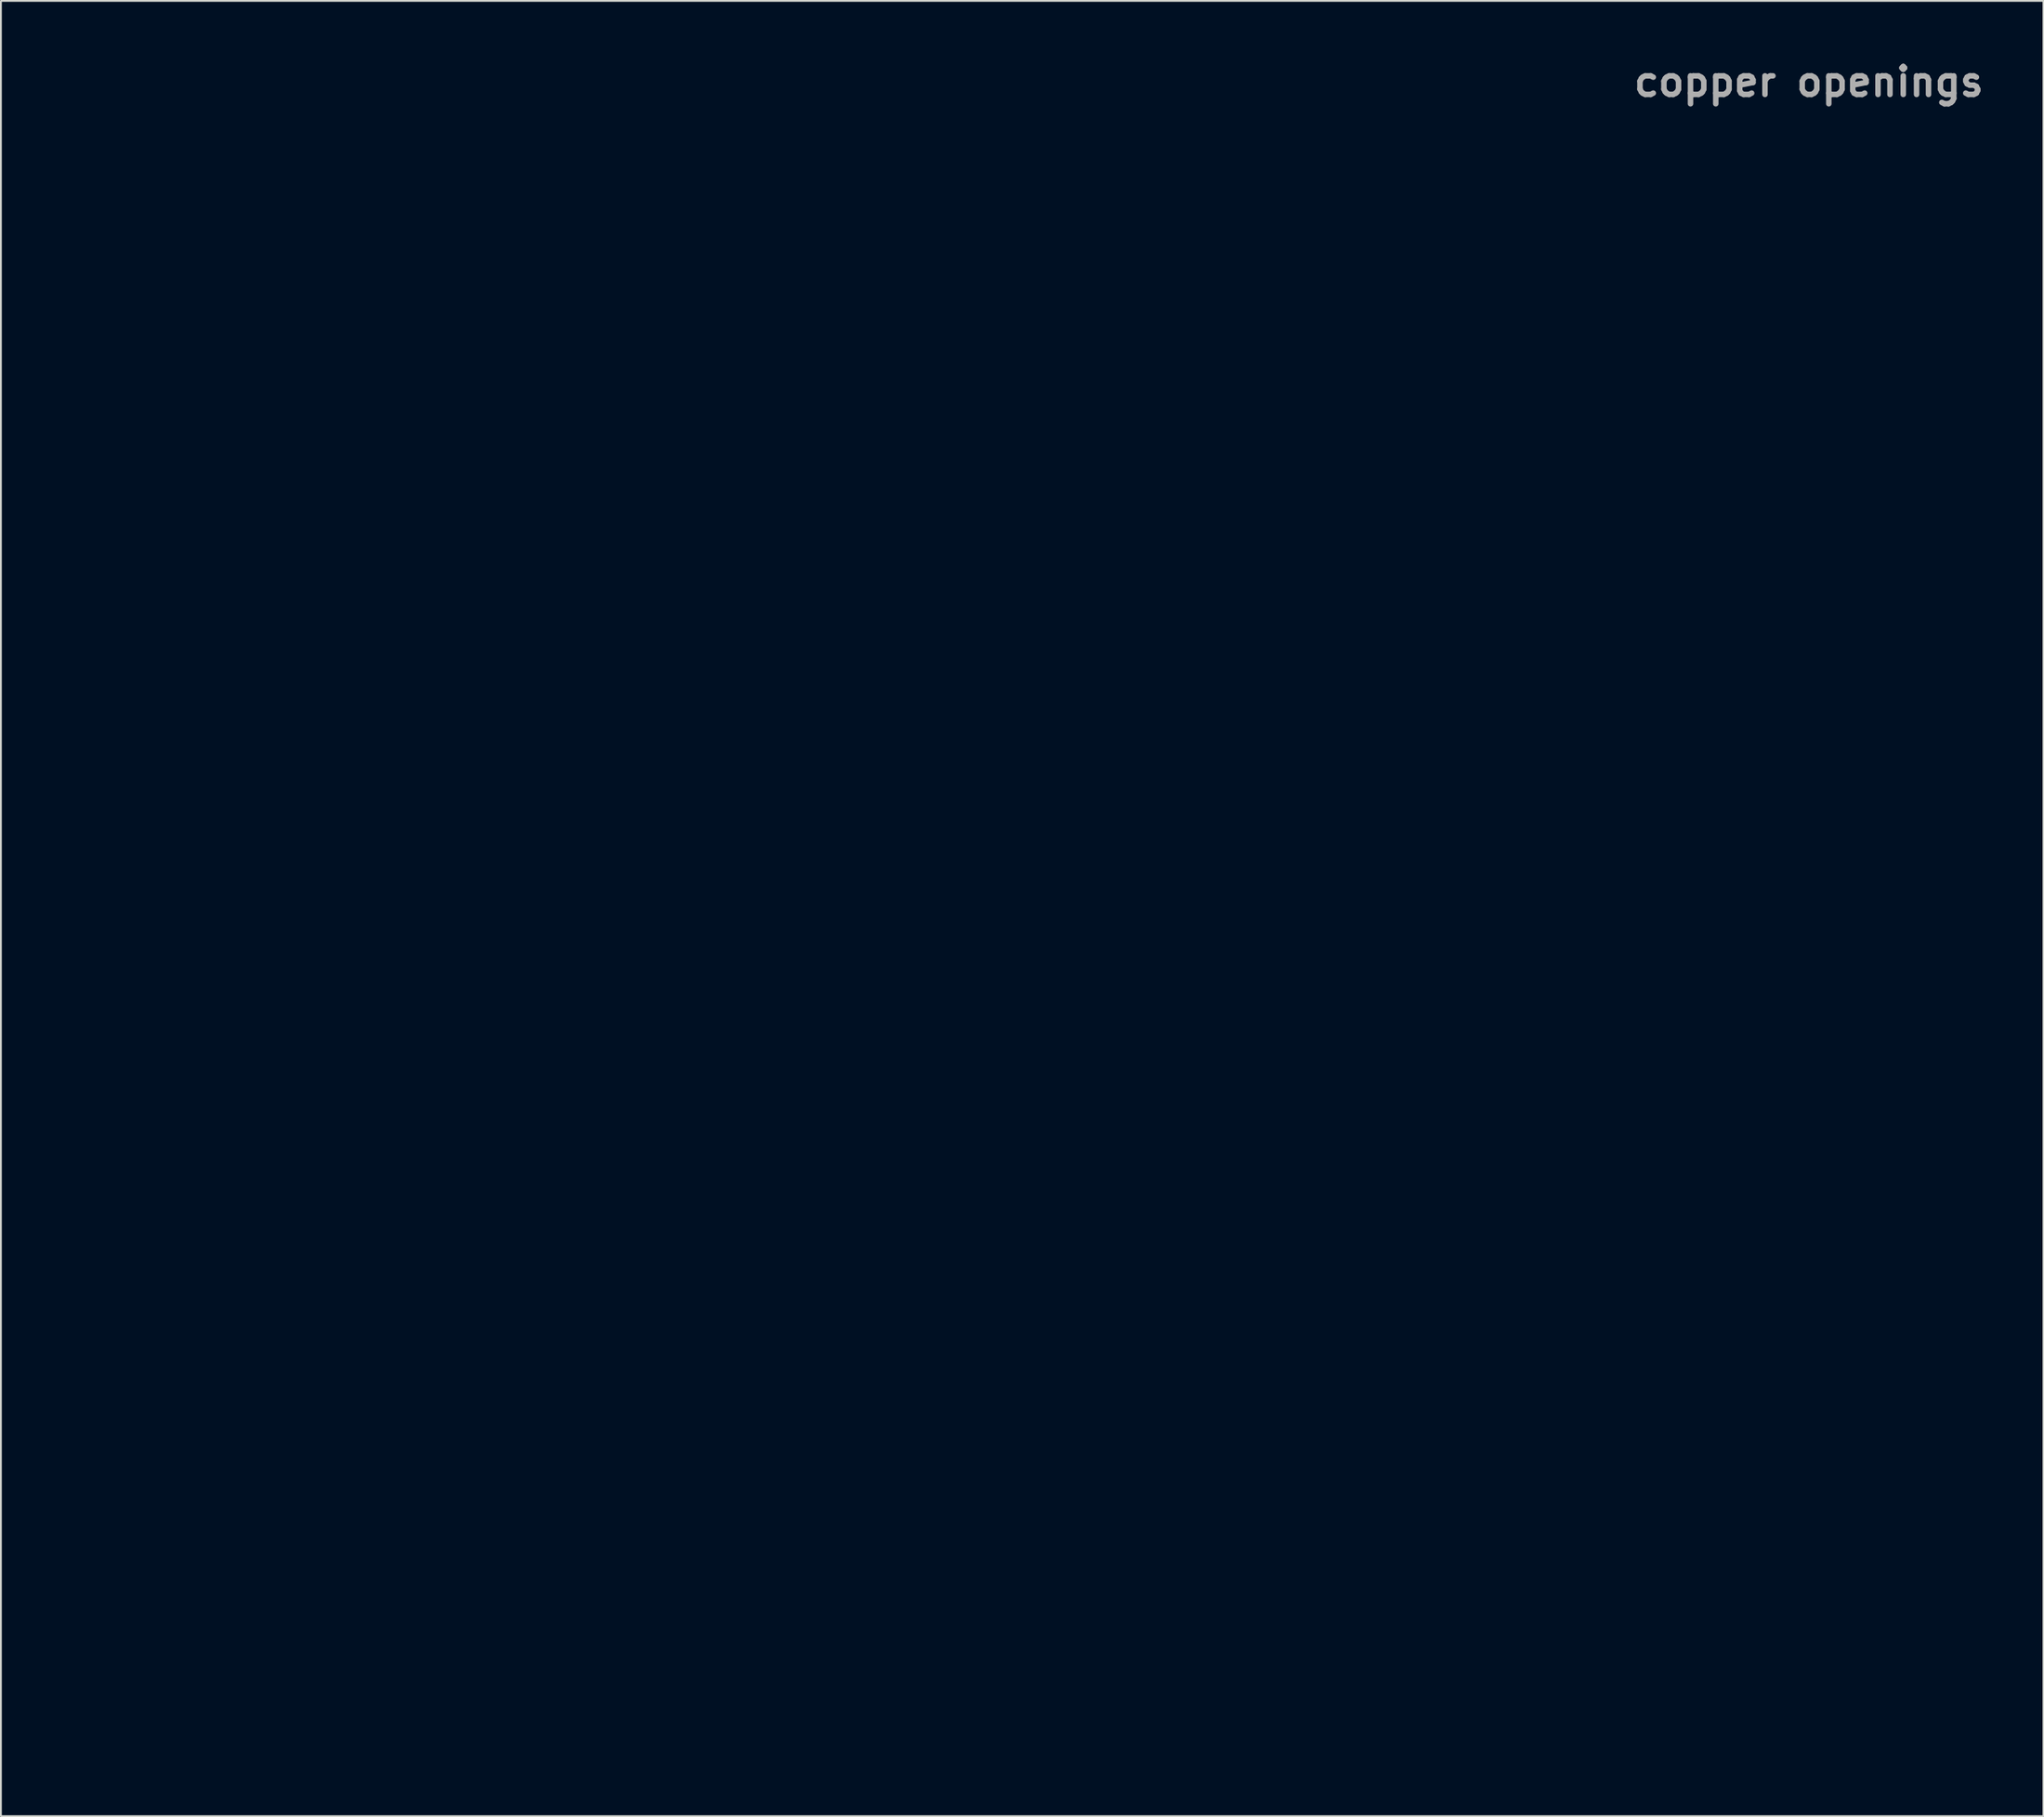
<source format=kicad_pcb>
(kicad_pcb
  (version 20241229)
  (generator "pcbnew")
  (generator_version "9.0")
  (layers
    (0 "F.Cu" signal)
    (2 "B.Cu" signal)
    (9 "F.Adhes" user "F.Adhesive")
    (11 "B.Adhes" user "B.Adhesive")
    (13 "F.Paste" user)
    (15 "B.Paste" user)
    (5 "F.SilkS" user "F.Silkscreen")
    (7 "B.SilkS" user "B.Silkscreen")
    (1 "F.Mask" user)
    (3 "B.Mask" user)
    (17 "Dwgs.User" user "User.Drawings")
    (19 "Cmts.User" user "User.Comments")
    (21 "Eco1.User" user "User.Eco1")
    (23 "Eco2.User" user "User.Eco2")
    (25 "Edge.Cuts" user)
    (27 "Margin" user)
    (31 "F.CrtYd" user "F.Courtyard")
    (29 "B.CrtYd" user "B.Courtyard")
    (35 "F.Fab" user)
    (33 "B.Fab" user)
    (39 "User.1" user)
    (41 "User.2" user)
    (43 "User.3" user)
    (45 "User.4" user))
  (footprint "copper openings"
    (layer "F.Cu")
    (at 47.413 45.868)
    (property "Reference" "copper openings" (at 48.26 -44.45 0) (layer "F.Fab") (effects (font (size 1.524 1.524) (thickness 0.3))))
    (attr board_only exclude_from_pos_files exclude_from_bom allow_missing_courtyard)
    (fp_poly (pts (xy 18.665 21.954) (xy 18.682 22.014) (xy 18.733 22.772) (xy 18.669 23.058) (xy 18.555 23.07) (xy 18.508 22.525) (xy 18.509 22.442) (xy 18.559 21.903)) (stroke (width 0) (type solid)) (fill yes) (layer "F.Mask"))
    (fp_poly (pts (xy 2.671 0.941) (xy 2.826 1.542) (xy 2.989 2.44) (xy 3.031 3.1) (xy 2.967 3.398) (xy 2.814 3.208) (xy 2.675 2.775) (xy 2.502 1.717) (xy 2.475 1.044) (xy 2.534 0.669)) (stroke (width 0) (type solid)) (fill yes) (layer "F.Mask"))
    (fp_poly (pts (xy 48.216 29.659) (xy 48.23 30.039) (xy 48.138 30.856) (xy 47.98 31.864) (xy 47.796 32.821) (xy 47.627 33.482) (xy 47.558 33.63) (xy 47.361 33.412) (xy 46.977 32.738) (xy 46.722 32.234) (xy 45.992 30.732) (xy 47.029 30.12) (xy 47.759 29.75) (xy 48.192 29.646)) (stroke (width 0) (type solid)) (fill yes) (layer "F.Mask"))
    (fp_poly (pts (xy -22.95 0.901) (xy -22.389 1.061) (xy -21.491 1.584) (xy -21.231 2.356) (xy -21.61 3.385) (xy -22.483 4.522) (xy -23.367 5.427) (xy -24.021 5.827) (xy -24.627 5.78) (xy -25.323 5.373) (xy -25.951 4.676) (xy -26.013 3.792) (xy -25.51 2.625) (xy -25.313 2.305) (xy -24.561 1.304) (xy -23.843 0.866)) (stroke (width 0) (type solid)) (fill yes) (layer "F.Mask"))
    (fp_poly (pts (xy 7.626 36.688) (xy 8.234 36.904) (xy 9.215 37.479) (xy 9.69 38.312) (xy 9.666 39.471) (xy 9.149 41.025) (xy 8.692 42.004) (xy 7.634 43.786) (xy 6.435 45.257) (xy 5.181 46.363) (xy 3.957 47.048) (xy 2.848 47.256) (xy 1.942 46.933) (xy 1.602 46.571) (xy 1.293 45.766) (xy 1.562 44.978) (xy 2.449 44.131) (xy 3.139 43.662) (xy 4.34 42.621) (xy 5.41 41.196) (xy 6.207 39.623) (xy 6.592 38.138) (xy 6.608 37.839) (xy 6.671 36.95) (xy 6.958 36.596)) (stroke (width 0) (type solid)) (fill yes) (layer "F.Mask"))
    (fp_poly (pts (xy 43.985 30.695) (xy 44.864 32.814) (xy 45.202 34.782) (xy 45.208 35.241) (xy 45.157 36.144) (xy 45.049 36.548) (xy 44.947 36.46) (xy 44.594 36.063) (xy 44.189 36.194) (xy 43.518 36.497) (xy 43.193 36.242) (xy 43.098 35.577) (xy 43.056 34.932) (xy 42.996 34.96) (xy 42.894 35.49) (xy 42.661 36.281) (xy 42.432 36.678) (xy 42.274 36.611) (xy 42.292 35.994) (xy 42.319 35.808) (xy 42.278 34.428) (xy 41.832 32.83) (xy 41.152 31.041) (xy 42.543 30.818) (xy 43.424 30.701) (xy 43.937 30.678)) (stroke (width 0) (type solid)) (fill yes) (layer "F.Mask"))
    (fp_poly (pts (xy 35.672 41.235) (xy 35.49 41.389) (xy 34.36 42.066) (xy 32.716 42.77) (xy 30.733 43.441) (xy 28.589 44.017) (xy 26.892 44.366) (xy 24.934 44.615) (xy 22.583 44.77) (xy 20.075 44.831) (xy 17.643 44.793) (xy 15.523 44.654) (xy 14.493 44.52) (xy 13.259 44.273) (xy 12.687 44.08) (xy 12.779 43.974) (xy 13.539 43.99) (xy 14.458 44.091) (xy 15.596 44.189) (xy 17.225 44.263) (xy 19.138 44.307) (xy 21.13 44.312) (xy 21.399 44.31) (xy 24.786 44.171) (xy 27.708 43.805) (xy 30.373 43.172) (xy 32.988 42.23) (xy 34.099 41.742) (xy 35.202 41.256) (xy 35.718 41.09)) (stroke (width 0) (type solid)) (fill yes) (layer "F.Mask"))
    (fp_poly (pts (xy -42.819 34.556) (xy -41.952 35.348) (xy -41.005 36.524) (xy -40.341 37.54) (xy -39.42 39.028) (xy -38.661 40.113) (xy -37.888 41.001) (xy -36.926 41.898) (xy -35.925 42.743) (xy -35.006 43.546) (xy -34.35 44.202) (xy -34.099 44.569) (xy -34.099 44.569) (xy -34.327 44.875) (xy -34.982 44.685) (xy -36.022 44.015) (xy -36.534 43.619) (xy -37.637 42.782) (xy -39.032 41.791) (xy -40.421 40.859) (xy -40.441 40.845) (xy -41.688 39.934) (xy -42.831 38.912) (xy -43.796 37.874) (xy -44.511 36.918) (xy -44.901 36.139) (xy -44.894 35.634) (xy -44.537 35.49) (xy -44.225 35.21) (xy -44.189 34.989) (xy -44.012 34.327) (xy -43.53 34.2)) (stroke (width 0) (type solid)) (fill yes) (layer "F.Mask"))
    (fp_poly (pts (xy 36.409 27.408) (xy 36.409 27.408) (xy 36.444 27.859) (xy 36.724 28.679) (xy 36.892 29.06) (xy 37.541 31.045) (xy 37.844 33.311) (xy 37.759 35.515) (xy 37.722 35.749) (xy 37.438 37.404) (xy 37.232 35.838) (xy 37.026 34.273) (xy 36.643 35.838) (xy 36.261 37.404) (xy 36.224 35.95) (xy 36.096 34.924) (xy 35.826 34.161) (xy 35.732 34.036) (xy 35.207 33.329) (xy 34.967 32.881) (xy 34.77 32.591) (xy 34.617 32.821) (xy 34.469 33.649) (xy 34.432 33.925) (xy 34.297 34.8) (xy 34.186 35.206) (xy 34.141 35.142) (xy 33.98 34.955) (xy 33.626 35.43) (xy 33.607 35.463) (xy 33.393 35.785) (xy 33.243 35.772) (xy 33.136 35.333) (xy 33.048 34.379) (xy 32.959 32.853) (xy 32.857 31.288) (xy 32.729 29.915) (xy 32.597 28.93) (xy 32.528 28.618) (xy 32.433 28.098) (xy 32.712 27.88) (xy 33.513 27.836) (xy 34.651 27.734) (xy 35.658 27.49) (xy 35.662 27.489) (xy 36.257 27.322)) (stroke (width 0) (type solid)) (fill yes) (layer "F.Mask"))
    (fp_poly (pts (xy -25.171 6.355) (xy -25.516 6.784) (xy -25.922 7.146) (xy -26.966 8.025) (xy -25.748 7.319) (xy -24.748 6.787) (xy -24.205 6.639) (xy -24.014 6.854) (xy -24.008 6.948) (xy -24.283 7.333) (xy -24.947 7.794) (xy -24.965 7.804) (xy -25.579 8.185) (xy -25.634 8.325) (xy -25.223 8.221) (xy -24.441 7.872) (xy -24.329 7.815) (xy -23.529 7.505) (xy -22.98 7.474) (xy -22.954 7.487) (xy -22.623 7.996) (xy -22.827 8.565) (xy -23.312 8.873) (xy -23.875 9.194) (xy -24.008 9.439) (xy -23.794 9.624) (xy -23.66 9.568) (xy -23.354 9.637) (xy -23.312 9.843) (xy -23.623 10.277) (xy -24.45 10.795) (xy -25.633 11.311) (xy -26.707 11.66) (xy -27.485 12.026) (xy -28.402 12.65) (xy -28.578 12.792) (xy -29.664 13.706) (xy -29.098 12.611) (xy -28.731 11.539) (xy -28.54 10.267) (xy -28.532 9.994) (xy -28.387 9.085) (xy -25.071 9.085) (xy -24.943 9.113) (xy -24.421 8.85) (xy -23.66 8.368) (xy -23.382 8.08) (xy -23.486 8.016) (xy -23.977 8.22) (xy -24.681 8.711) (xy -24.704 8.73) (xy -25.071 9.085) (xy -28.387 9.085) (xy -28.319 8.651) (xy -27.614 7.605) (xy -26.32 6.714) (xy -26.206 6.654) (xy -25.405 6.305)) (stroke (width 0) (type solid)) (fill yes) (layer "F.Mask"))
    (fp_poly (pts (xy 24.469 10.177) (xy 24.428 13.239) (xy 24.385 16.087) (xy 24.34 18.645) (xy 24.295 20.837) (xy 24.251 22.587) (xy 24.211 23.821) (xy 24.175 24.46) (xy 24.164 24.53) (xy 24.137 24.272) (xy 24.115 23.39) (xy 24.099 21.955) (xy 24.089 20.038) (xy 24.086 17.711) (xy 24.09 15.045) (xy 24.101 12.111) (xy 24.106 11.047) (xy 24.122 8.022) (xy 24.134 5.224) (xy 24.144 2.73) (xy 24.149 0.611) (xy 24.152 -1.057) (xy 24.15 -2.201) (xy 24.144 -2.747) (xy 24.141 -2.784) (xy 23.945 -2.522) (xy 23.49 -1.858) (xy 23.185 -1.399) (xy 22.268 -0.015) (xy 22.188 12.258) (xy 22.108 24.53) (xy 21.927 12.526) (xy 21.747 0.522) (xy 18.799 0.308) (xy 18.702 10.68) (xy 18.604 21.051) (xy 18.441 0.333) (xy 17.484 -1.113) (xy 16.527 -2.56) (xy 16.346 8.549) (xy 16.165 19.659) (xy 16.085 7.916) (xy 16.009 -3.334) (xy 16.788 -3.334) (xy 16.862 -2.972) (xy 17.235 -2.222) (xy 17.616 -1.582) (xy 18.24 -0.661) (xy 18.766 -0.192) (xy 19.444 -0.022) (xy 20.227 -0.001) (xy 21.171 -0.039) (xy 21.791 -0.252) (xy 22.322 -0.786) (xy 22.914 -1.653) (xy 23.99 -3.305) (xy 20.474 -3.405) (xy 18.983 -3.431) (xy 17.769 -3.422) (xy 16.99 -3.379) (xy 16.788 -3.334) (xy 16.009 -3.334) (xy 16.005 -3.827) (xy 24.639 -3.827)) (stroke (width 0) (type solid)) (fill yes) (layer "F.Mask"))
    (fp_poly (pts (xy 2.427 -5.832) (xy 3.346 -5.561) (xy 3.428 -5.533) (xy 4.171 -5.177) (xy 4.477 -4.635) (xy 4.531 -3.88) (xy 4.561 -3.036) (xy 4.637 -1.687) (xy 4.747 -0.021) (xy 4.875 1.715) (xy 4.99 3.374) (xy 5.061 4.767) (xy 5.081 5.755) (xy 5.047 6.2) (xy 5.041 6.209) (xy 4.921 6.036) (xy 4.866 5.382) (xy 4.866 5.364) (xy 4.797 4.729) (xy 4.597 4.767) (xy 4.567 4.812) (xy 4.316 4.896) (xy 4.1 4.373) (xy 3.937 3.332) (xy 3.844 1.863) (xy 3.834 1.218) (xy 4.283 1.218) (xy 4.301 2.142) (xy 4.352 2.549) (xy 4.424 2.355) (xy 4.485 1.297) (xy 4.428 0.267) (xy 4.356 -0.02) (xy 4.305 0.316) (xy 4.283 1.202) (xy 4.283 1.218) (xy 3.834 1.218) (xy 3.827 0.826) (xy 3.791 -0.428) (xy 3.663 -1.12) (xy 3.411 -1.379) (xy 3.305 -1.392) (xy 2.856 -1.106) (xy 2.768 -0.783) (xy 2.663 -0.682) (xy 2.417 -1.141) (xy 2.288 -1.476) (xy 1.817 -2.596) (xy 1.285 -3.597) (xy 1.232 -3.68) (xy 0.87 -4.359) (xy 0.811 -4.754) (xy 0.816 -4.76) (xy 1.072 -4.61) (xy 1.469 -4.011) (xy 1.532 -3.893) (xy 2.211 -2.807) (xy 2.917 -2.035) (xy 3.503 -1.74) (xy 3.504 -1.74) (xy 3.696 -2.051) (xy 3.812 -2.839) (xy 3.827 -3.322) (xy 3.779 -4.326) (xy 3.542 -4.891) (xy 2.978 -5.269) (xy 2.697 -5.396) (xy 2.03 -5.736) (xy 1.965 -5.886)) (stroke (width 0) (type solid)) (fill yes) (layer "F.Mask"))
    (fp_poly (pts (xy 27.487 24.279) (xy 27.457 24.862) (xy 27.278 25.414) (xy 27.14 25.574) (xy 26.849 26.068) (xy 26.819 26.377) (xy 26.908 26.697) (xy 27.022 26.531) (xy 27.382 26.114) (xy 27.722 26.29) (xy 27.836 26.812) (xy 27.695 27.307) (xy 27.434 27.28) (xy 27.196 27.239) (xy 27.284 27.44) (xy 27.671 27.712) (xy 27.808 27.679) (xy 28.068 27.866) (xy 28.387 28.599) (xy 28.716 29.739) (xy 29.011 31.142) (xy 29.074 31.522) (xy 29.126 32.498) (xy 29.05 33.698) (xy 28.878 34.928) (xy 28.644 35.993) (xy 28.379 36.702) (xy 28.18 36.882) (xy 27.953 36.575) (xy 27.771 35.812) (xy 27.741 35.577) (xy 27.605 34.273) (xy 27.546 35.731) (xy 27.423 36.695) (xy 27.185 37.338) (xy 27.093 37.433) (xy 26.84 37.381) (xy 26.84 36.722) (xy 26.859 36.584) (xy 26.869 35.749) (xy 26.649 35.475) (xy 26.324 35.723) (xy 26.015 36.453) (xy 25.922 36.882) (xy 25.697 37.773) (xy 25.452 38.226) (xy 25.275 38.178) (xy 25.259 37.567) (xy 25.29 37.317) (xy 25.345 36.787) (xy 25.236 36.779) (xy 24.895 37.335) (xy 24.712 37.665) (xy 24.181 38.536) (xy 23.806 38.982) (xy 23.665 38.909) (xy 23.666 38.883) (xy 23.775 38.534) (xy 24.044 37.762) (xy 24.172 37.404) (xy 24.396 36.55) (xy 24.562 35.482) (xy 24.663 34.36) (xy 24.694 33.341) (xy 24.648 32.582) (xy 24.52 32.242) (xy 24.372 32.344) (xy 24.153 32.445) (xy 23.962 31.947) (xy 23.807 31.009) (xy 23.488 29.606) (xy 22.851 28.341) (xy 22.179 27.416) (xy 21.393 26.284) (xy 21.16 25.558) (xy 21.485 25.215) (xy 22.372 25.233) (xy 22.605 25.276) (xy 23.43 25.25) (xy 24.578 24.99) (xy 25.331 24.731) (xy 26.357 24.337) (xy 27.091 24.075) (xy 27.327 24.008)) (stroke (width 0) (type solid)) (fill yes) (layer "F.Mask"))
    (fp_poly (pts (xy -43.893 -24.15) (xy -42.891 -23.907) (xy -42.475 -23.619) (xy -42.686 -23.335) (xy -43.058 -23.204) (xy -43.36 -23.079) (xy -42.995 -23.012) (xy -42.872 -23.005) (xy -42.318 -22.891) (xy -42.335 -22.5) (xy -42.457 -22.254) (xy -42.678 -21.432) (xy -42.712 -20.371) (xy -42.702 -20.253) (xy -42.566 -18.963) (xy -42.508 -20.388) (xy -42.246 -21.687) (xy -41.652 -22.482) (xy -40.821 -22.815) (xy -39.848 -22.733) (xy -38.829 -22.28) (xy -37.858 -21.499) (xy -37.031 -20.435) (xy -36.443 -19.133) (xy -36.19 -17.637) (xy -36.186 -17.437) (xy -36.404 -16.418) (xy -36.833 -15.617) (xy -37.453 -14.709) (xy -38.054 -13.667) (xy -38.068 -13.641) (xy -38.877 -12.57) (xy -39.996 -11.695) (xy -41.173 -11.193) (xy -41.637 -11.136) (xy -42.154 -11.327) (xy -42.83 -11.948) (xy -43.734 -13.068) (xy -44.411 -14.005) (xy -45.838 -16.224) (xy -42.444 -16.224) (xy -42.389 -15.564) (xy -42.157 -15.489) (xy -41.971 -15.621) (xy -41.239 -15.861) (xy -40.499 -15.459) (xy -40.004 -14.769) (xy -39.634 -14.112) (xy -39.387 -13.999) (xy -39.032 -14.373) (xy -38.925 -14.505) (xy -38.632 -14.925) (xy -38.842 -14.941) (xy -39.028 -14.875) (xy -39.619 -14.919) (xy -39.801 -15.161) (xy -40.239 -15.655) (xy -40.961 -16.088) (xy -41.738 -16.505) (xy -42.183 -16.868) (xy -42.362 -16.833) (xy -42.444 -16.261) (xy -42.444 -16.224) (xy -45.838 -16.224) (xy -45.97 -16.429) (xy -46.968 -18.498) (xy -46.982 -18.554) (xy -43.119 -18.554) (xy -42.928 -17.933) (xy -42.67 -17.532) (xy -42.548 -17.53) (xy -42.568 -17.919) (xy -42.61 -18.011) (xy -40.536 -18.011) (xy -39.492 -17.745) (xy -38.729 -17.547) (xy -38.342 -17.439) (xy -38.34 -17.438) (xy -38.379 -17.625) (xy -38.448 -17.745) (xy -38.921 -17.991) (xy -39.599 -18.052) (xy -40.536 -18.011) (xy -42.61 -18.011) (xy -42.755 -18.328) (xy -43.062 -18.737) (xy -43.119 -18.554) (xy -46.982 -18.554) (xy -47.413 -20.258) (xy -47.407 -20.355) (xy -43.405 -20.355) (xy -43.377 -19.639) (xy -43.299 -19.454) (xy -43.254 -19.568) (xy -43.189 -20.403) (xy -43.247 -20.96) (xy -43.339 -21.152) (xy -43.396 -20.734) (xy -43.405 -20.355) (xy -47.407 -20.355) (xy -47.314 -21.754) (xy -46.68 -23.031) (xy -46.144 -23.621) (xy -45.468 -24.11) (xy -44.7 -24.238)) (stroke (width 0) (type solid)) (fill yes) (layer "F.Mask"))
    (fp_poly (pts (xy 9.944 -4.397) (xy 11.347 -4.264) (xy 12.475 -4.111) (xy 13.157 -3.963) (xy 13.269 -3.906) (xy 13.324 -3.529) (xy 13.396 -2.561) (xy 13.481 -1.111) (xy 13.574 0.716) (xy 13.672 2.814) (xy 13.769 5.077) (xy 13.862 7.399) (xy 13.946 9.672) (xy 14.018 11.792) (xy 14.073 13.651) (xy 14.106 15.145) (xy 14.114 16.165) (xy 14.092 16.607) (xy 14.089 16.614) (xy 13.848 16.513) (xy 13.802 16.469) (xy 13.717 16.056) (xy 13.639 15.077) (xy 13.575 13.661) (xy 13.533 11.937) (xy 13.523 11.163) (xy 13.487 8.87) (xy 13.424 6.367) (xy 13.344 3.954) (xy 13.254 1.933) (xy 13.253 1.914) (xy 13.137 0.147) (xy 13.019 -0.967) (xy 12.903 -1.472) (xy 12.796 -1.412) (xy 12.701 -0.831) (xy 12.626 0.229) (xy 12.574 1.723) (xy 12.552 3.608) (xy 12.564 5.841) (xy 12.591 7.335) (xy 12.624 9.411) (xy 12.628 11.196) (xy 12.605 12.594) (xy 12.556 13.509) (xy 12.485 13.846) (xy 12.466 13.832) (xy 12.374 13.353) (xy 12.293 12.303) (xy 12.23 10.806) (xy 12.19 8.986) (xy 12.179 7.481) (xy 12.167 5.011) (xy 12.131 3.152) (xy 12.057 1.817) (xy 11.929 0.921) (xy 11.733 0.377) (xy 11.454 0.101) (xy 11.077 0.006) (xy 10.886 0) (xy 10.023 0) (xy 10.198 5.654) (xy 10.25 7.59) (xy 10.265 8.856) (xy 10.244 9.446) (xy 10.185 9.353) (xy 10.104 8.699) (xy 9.967 7.039) (xy 9.855 5.076) (xy 9.792 3.201) (xy 9.788 2.988) (xy 9.744 1.44) (xy 9.633 0.365) (xy 9.4 -0.461) (xy 8.994 -1.262) (xy 8.654 -1.809) (xy 8.049 -2.693) (xy 7.595 -3.249) (xy 7.418 -3.359) (xy 7.391 -2.98) (xy 7.41 -2.025) (xy 7.469 -0.61) (xy 7.563 1.147) (xy 7.655 2.61) (xy 7.773 4.546) (xy 7.859 6.227) (xy 7.908 7.537) (xy 7.914 8.357) (xy 7.889 8.581) (xy 7.771 8.35) (xy 7.637 7.479) (xy 7.491 6.027) (xy 7.338 4.048) (xy 7.184 1.599) (xy 7.089 -0.142) (xy 6.886 -4.097) (xy 7.809 -4.097) (xy 7.885 -3.736) (xy 8.288 -3.04) (xy 8.881 -2.196) (xy 9.53 -1.39) (xy 10.097 -0.807) (xy 10.343 -0.641) (xy 11.344 -0.385) (xy 11.981 -0.652) (xy 12.417 -1.522) (xy 12.471 -1.693) (xy 12.728 -2.633) (xy 12.866 -3.295) (xy 12.874 -3.388) (xy 12.562 -3.559) (xy 11.765 -3.751) (xy 10.693 -3.935) (xy 9.556 -4.081) (xy 8.563 -4.16) (xy 7.923 -4.142) (xy 7.809 -4.097) (xy 6.886 -4.097) (xy 6.858 -4.634)) (stroke (width 0) (type solid)) (fill yes) (layer "F.Mask"))
    (fp_poly (pts (xy -14.63 -40.168) (xy -14.629 -40.143) (xy -14.848 -39.337) (xy -15.136 -38.97) (xy -15.58 -38.341) (xy -15.658 -37.99) (xy -15.494 -37.858) (xy -15.046 -38.287) (xy -14.827 -38.569) (xy -13.996 -39.694) (xy -12.717 -38.201) (xy -10.932 -35.611) (xy -9.588 -32.559) (xy -8.719 -29.152) (xy -8.359 -25.492) (xy -8.351 -24.839) (xy -8.51 -23.544) (xy -8.926 -22.236) (xy -9.502 -21.137) (xy -10.143 -20.464) (xy -10.278 -20.398) (xy -11.117 -20.193) (xy -11.522 -20.423) (xy -11.54 -20.462) (xy -11.896 -20.71) (xy -12.745 -21.132) (xy -13.931 -21.65) (xy -14.464 -21.868) (xy -16.976 -23.041) (xy -17.43 -23.352) (xy -13.711 -23.352) (xy -13.492 -23.574) (xy -13.036 -24.38) (xy -12.691 -25.183) (xy -12.584 -25.724) (xy -12.592 -25.755) (xy -12.774 -25.664) (xy -13.108 -25.075) (xy -13.283 -24.688) (xy -13.648 -23.732) (xy -13.711 -23.352) (xy -17.43 -23.352) (xy -18.51 -24.091) (xy -17.246 -24.091) (xy -16.904 -24.036) (xy -16.453 -24.1) (xy -16.448 -24.218) (xy -16.913 -24.301) (xy -17.115 -24.246) (xy -17.246 -24.091) (xy -18.51 -24.091) (xy -18.851 -24.324) (xy -19.084 -24.588) (xy -15.889 -24.588) (xy -15.842 -24.381) (xy -15.658 -24.356) (xy -15.371 -24.483) (xy -15.426 -24.588) (xy -15.838 -24.63) (xy -15.889 -24.588) (xy -19.084 -24.588) (xy -20.144 -25.786) (xy -20.773 -27.183) (xy -13.132 -27.183) (xy -12.877 -27.35) (xy -12.831 -27.395) (xy -12.556 -27.851) (xy -12.593 -28.019) (xy -12.852 -27.914) (xy -13.026 -27.59) (xy -13.132 -27.183) (xy -20.773 -27.183) (xy -20.913 -27.494) (xy -21.083 -28.631) (xy -12.472 -28.631) (xy -12.277 -28.739) (xy -12.178 -28.879) (xy -11.89 -29.622) (xy -11.86 -29.923) (xy -11.959 -30.131) (xy -12.178 -29.749) (xy -12.439 -29.012) (xy -12.472 -28.631) (xy -21.083 -28.631) (xy -21.194 -29.377) (xy -20.524 -29.377) (xy -20.491 -28.928) (xy -20.403 -28.908) (xy -20.286 -29.311) (xy -20.136 -30.16) (xy -20.071 -30.619) (xy -20.012 -31.235) (xy -13.418 -31.235) (xy -13.302 -30.604) (xy -13.062 -29.749) (xy -12.94 -30.562) (xy -12.924 -31.17) (xy -11.803 -31.17) (xy -11.739 -30.719) (xy -11.62 -30.713) (xy -11.537 -31.179) (xy -11.592 -31.38) (xy -11.747 -31.512) (xy -11.803 -31.17) (xy -12.924 -31.17) (xy -12.921 -31.273) (xy -13.02 -31.577) (xy -13.33 -31.671) (xy -13.418 -31.235) (xy -20.012 -31.235) (xy -19.987 -31.493) (xy -20.058 -31.689) (xy -20.172 -31.489) (xy -20.343 -30.893) (xy -20.467 -30.111) (xy -20.524 -29.377) (xy -21.194 -29.377) (xy -21.215 -29.518) (xy -21.225 -30.004) (xy -21.175 -31.287) (xy -20.991 -32.185) (xy -15.294 -32.185) (xy -15.152 -32.156) (xy -14.902 -32.504) (xy -14.576 -32.967) (xy -14.291 -32.848) (xy -14.042 -32.524) (xy -13.686 -32.165) (xy -13.57 -32.25) (xy -13.811 -32.758) (xy -14.118 -33.077) (xy -14.612 -33.352) (xy -14.96 -33.067) (xy -14.983 -33.032) (xy -15.26 -32.402) (xy -15.294 -32.185) (xy -20.991 -32.185) (xy -20.967 -32.306) (xy -20.512 -33.359) (xy -19.92 -34.412) (xy -19 -35.805) (xy -17.829 -37.352) (xy -16.657 -38.724) (xy -16.63 -38.753) (xy -15.652 -39.772) (xy -15.044 -40.311) (xy -14.729 -40.425)) (stroke (width 0) (type solid)) (fill yes) (layer "F.Mask"))
    (fp_poly (pts (xy 33.611 -3.099) (xy 33.546 -2.404) (xy 33.45 -1.103) (xy 33.327 0.715) (xy 33.183 2.961) (xy 33.025 5.545) (xy 32.858 8.379) (xy 32.691 11.308) (xy 32.517 14.284) (xy 32.342 17.083) (xy 32.171 19.619) (xy 32.011 21.805) (xy 31.868 23.555) (xy 31.749 24.782) (xy 31.659 25.4) (xy 31.506 25.913) (xy 31.44 25.856) (xy 31.455 25.183) (xy 31.507 24.356) (xy 31.661 22.058) (xy 31.825 19.48) (xy 31.995 16.708) (xy 32.166 13.83) (xy 32.332 10.931) (xy 32.489 8.099) (xy 32.633 5.419) (xy 32.759 2.98) (xy 32.862 0.867) (xy 32.937 -0.833) (xy 32.979 -2.033) (xy 32.985 -2.647) (xy 32.98 -2.698) (xy 32.809 -2.924) (xy 32.445 -2.629) (xy 31.886 -1.859) (xy 30.917 -0.412) (xy 30.296 11.98) (xy 30.146 14.85) (xy 29.994 17.499) (xy 29.845 19.847) (xy 29.707 21.814) (xy 29.583 23.32) (xy 29.481 24.284) (xy 29.409 24.625) (xy 29.308 24.433) (xy 29.281 23.696) (xy 29.33 22.562) (xy 29.352 22.268) (xy 29.427 21.168) (xy 29.523 19.509) (xy 29.632 17.428) (xy 29.749 15.061) (xy 29.865 12.544) (xy 29.927 11.134) (xy 30.033 8.691) (xy 30.135 6.411) (xy 30.226 4.41) (xy 30.301 2.801) (xy 30.356 1.698) (xy 30.379 1.305) (xy 30.388 0.45) (xy 30.175 0.082) (xy 29.611 0.000315) (xy 29.535 0) (xy 28.606 0) (xy 28.391 6.176) (xy 28.24 10.43) (xy 28.105 14.012) (xy 27.986 16.946) (xy 27.882 19.255) (xy 27.792 20.963) (xy 27.714 22.094) (xy 27.647 22.672) (xy 27.596 22.741) (xy 27.572 22.308) (xy 27.568 21.265) (xy 27.584 19.699) (xy 27.619 17.697) (xy 27.67 15.344) (xy 27.737 12.727) (xy 27.78 11.218) (xy 27.854 8.464) (xy 27.911 5.9) (xy 27.951 3.618) (xy 27.971 1.711) (xy 27.971 0.269) (xy 27.949 -0.616) (xy 27.93 -0.824) (xy 27.758 -1.53) (xy 27.606 -1.725) (xy 27.471 -1.381) (xy 27.35 -0.472) (xy 27.241 1.028) (xy 27.141 3.148) (xy 27.048 5.912) (xy 26.967 8.991) (xy 26.893 11.766) (xy 26.808 14.413) (xy 26.717 16.823) (xy 26.623 18.892) (xy 26.532 20.511) (xy 26.448 21.575) (xy 26.423 21.778) (xy 26.312 22.448) (xy 26.247 22.524) (xy 26.225 21.978) (xy 26.245 20.783) (xy 26.286 19.485) (xy 26.337 17.915) (xy 26.399 15.802) (xy 26.469 13.299) (xy 26.542 10.558) (xy 26.615 7.732) (xy 26.666 5.643) (xy 26.736 3.144) (xy 26.816 0.879) (xy 26.903 -1.06) (xy 26.992 -2.582) (xy 27.038 -3.129) (xy 27.65 -3.129) (xy 27.717 -2.826) (xy 28.081 -1.473) (xy 28.435 -0.703) (xy 28.888 -0.413) (xy 29.547 -0.501) (xy 30.005 -0.661) (xy 30.558 -1.048) (xy 31.235 -1.75) (xy 31.898 -2.586) (xy 32.407 -3.373) (xy 32.626 -3.931) (xy 32.593 -4.058) (xy 32.189 -4.108) (xy 31.284 -4.084) (xy 30.066 -3.991) (xy 29.961 -3.981) (xy 28.685 -3.845) (xy 27.966 -3.704) (xy 27.666 -3.489) (xy 27.65 -3.129) (xy 27.038 -3.129) (xy 27.078 -3.596) (xy 27.156 -4.011) (xy 27.161 -4.014) (xy 27.605 -4.11) (xy 28.573 -4.228) (xy 29.895 -4.35) (xy 30.618 -4.405) (xy 33.81 -4.632)) (stroke (width 0) (type solid)) (fill yes) (layer "F.Mask"))
    (fp_poly (pts (xy -30.903 -10.116) (xy -29.202 -9.211) (xy -27.884 -7.816) (xy -27.067 -6.024) (xy -27.039 -5.915) (xy -26.939 -5.415) (xy -27.059 -5.379) (xy -27.488 -5.84) (xy -27.764 -6.167) (xy -28.481 -6.836) (xy -29.417 -7.479) (xy -30.375 -7.989) (xy -31.162 -8.263) (xy -31.561 -8.22) (xy -31.375 -7.987) (xy -30.717 -7.559) (xy -29.996 -7.17) (xy -28.806 -6.447) (xy -27.986 -5.576) (xy -27.364 -4.494) (xy -26.87 -3.441) (xy -26.678 -2.758) (xy -26.755 -2.205) (xy -26.979 -1.715) (xy -27.286 -0.766) (xy -27.467 0.479) (xy -27.488 1.006) (xy -27.557 2.053) (xy -27.732 2.788) (xy -27.86 2.972) (xy -28.074 3.436) (xy -28.145 4.303) (xy -28.133 4.572) (xy -28.145 5.54) (xy -28.46 6.15) (xy -29.066 6.622) (xy -30.37 7.152) (xy -31.673 7.305) (xy -32.924 7.446) (xy -33.962 7.803) (xy -34.108 7.892) (xy -34.686 8.273) (xy -34.748 8.238) (xy -34.374 7.793) (xy -34.075 7.398) (xy -34.118 7.144) (xy -34.615 6.932) (xy -35.679 6.669) (xy -35.689 6.666) (xy -36.877 6.456) (xy -37.877 6.393) (xy -38.293 6.443) (xy -38.644 6.502) (xy -38.674 6.287) (xy -38.358 5.685) (xy -37.939 5.01) (xy -37.295 3.829) (xy -36.815 2.649) (xy -36.674 2.113) (xy -36.394 0.816) (xy -35.97 -0.786) (xy -35.766 -1.475) (xy -32.945 -1.475) (xy -32.819 -0.82) (xy -32.379 -0.271) (xy -32.108 -0.026) (xy -31.47 0.504) (xy -31.178 0.59) (xy -31.059 0.255) (xy -31.036 0.104) (xy -30.715 -0.628) (xy -30.09 -1.399) (xy -30.079 -1.409) (xy -29.452 -2.26) (xy -29.247 -3.117) (xy -29.49 -3.776) (xy -29.778 -3.964) (xy -30.507 -4.114) (xy -31.47 -4.175) (xy -32.164 -4.131) (xy -32.535 -3.875) (xy -32.736 -3.225) (xy -32.844 -2.523) (xy -32.945 -1.475) (xy -35.766 -1.475) (xy -35.45 -2.547) (xy -34.881 -4.318) (xy -34.313 -5.954) (xy -33.794 -7.307) (xy -33.373 -8.23) (xy -33.173 -8.53) (xy -32.305 -8.99) (xy -31.13 -8.895) (xy -30.05 -8.479) (xy -29.144 -8.133) (xy -28.696 -8.111) (xy -28.777 -8.356) (xy -29.459 -8.811) (xy -29.564 -8.867) (xy -30.984 -9.312) (xy -32.357 -9.243) (xy -33.485 -8.684) (xy -33.837 -8.31) (xy -34.198 -7.624) (xy -34.677 -6.435) (xy -35.212 -4.912) (xy -35.725 -3.265) (xy -36.235 -1.62) (xy -36.729 -0.186) (xy -37.153 0.885) (xy -37.45 1.439) (xy -37.453 1.443) (xy -37.772 1.919) (xy -37.557 2.162) (xy -37.512 2.179) (xy -37.308 2.435) (xy -37.446 3.026) (xy -37.851 3.886) (xy -38.481 4.911) (xy -39.178 5.489) (xy -40.034 5.8) (xy -40.902 6.008) (xy -41.257 5.974) (xy -41.256 5.656) (xy -41.203 5.478) (xy -41.173 4.826) (xy -41.341 4.563) (xy -41.315 4.205) (xy -40.884 3.453) (xy -40.118 2.425) (xy -39.987 2.264) (xy -39.169 1.218) (xy -38.564 0.342) (xy -38.282 -0.203) (xy -38.274 -0.255) (xy -38.057 -0.663) (xy -37.926 -0.696) (xy -37.592 -0.964) (xy -37.578 -1.067) (xy -37.851 -1.278) (xy -38.321 -1.203) (xy -38.71 -1.124) (xy -38.722 -1.316) (xy -38.324 -1.883) (xy -37.986 -2.31) (xy -37.205 -3.557) (xy -36.628 -5.167) (xy -36.37 -6.263) (xy -35.843 -8.164) (xy -35.145 -9.447) (xy -34.216 -10.182) (xy -33 -10.437) (xy -32.868 -10.438)) (stroke (width 0) (type solid)) (fill yes) (layer "F.Mask"))
    (fp_poly (pts (xy -16.701 -16.86) (xy -16.633 -16.071) (xy -16.38 -15.837) (xy -16.157 -15.888) (xy -15.532 -15.789) (xy -15.094 -15.355) (xy -14.518 -14.791) (xy -14.061 -14.614) (xy -13.496 -14.333) (xy -13.351 -14.101) (xy -12.771 -13.522) (xy -11.641 -13.334) (xy -9.987 -13.538) (xy -7.834 -14.13) (xy -6.694 -14.529) (xy -6.399 -14.452) (xy -6.438 -14.218) (xy -6.402 -13.976) (xy -5.982 -13.851) (xy -5.067 -13.824) (xy -4.006 -13.858) (xy -2.675 -13.903) (xy -1.894 -13.87) (xy -1.517 -13.725) (xy -1.399 -13.435) (xy -1.392 -13.249) (xy -1.333 -12.815) (xy -1.046 -12.572) (xy -0.364 -12.45) (xy 0.585 -12.39) (xy 1.136 -12.177) (xy 2.006 -11.658) (xy 3.02 -10.96) (xy 4.003 -10.211) (xy 4.782 -9.539) (xy 5.182 -9.072) (xy 5.202 -9.006) (xy 4.922 -8.925) (xy 4.184 -9.026) (xy 3.185 -9.254) (xy 2.121 -9.559) (xy 1.19 -9.886) (xy 0.589 -10.183) (xy 0.494 -10.268) (xy -0.023 -10.611) (xy -1.025 -11.05) (xy -2.321 -11.522) (xy -3.718 -11.964) (xy -5.026 -12.312) (xy -6.052 -12.503) (xy -6.327 -12.522) (xy -7.406 -12.394) (xy -8.161 -12.184) (xy -8.859 -11.827) (xy -9.785 -11.237) (xy -10.788 -10.528) (xy -11.714 -9.814) (xy -12.411 -9.211) (xy -12.725 -8.831) (xy -12.718 -8.775) (xy -12.378 -8.882) (xy -11.644 -9.327) (xy -10.671 -10.016) (xy -10.587 -10.079) (xy -9.025 -11.164) (xy -7.721 -11.786) (xy -6.455 -11.989) (xy -5.005 -11.815) (xy -3.633 -11.454) (xy -2.414 -11.066) (xy -1.509 -10.729) (xy -1.077 -10.504) (xy -1.061 -10.475) (xy -1.361 -10.234) (xy -2.131 -9.802) (xy -3.207 -9.271) (xy -3.236 -9.257) (xy -4.479 -8.578) (xy -5.731 -7.666) (xy -7.139 -6.402) (xy -8.434 -5.104) (xy -11.474 -1.959) (xy -13.479 -1.816) (xy -14.596 -1.772) (xy -15.408 -1.805) (xy -15.686 -1.88) (xy -16.116 -2.013) (xy -17.064 -2.167) (xy -18.352 -2.323) (xy -19.804 -2.459) (xy -21.243 -2.554) (xy -21.431 -2.563) (xy -22.803 -2.931) (xy -23.825 -3.893) (xy -24.49 -5.437) (xy -24.791 -7.55) (xy -24.807 -8.059) (xy -24.806 -8.131) (xy -19.479 -8.131) (xy -19.244 -7.221) (xy -18.528 -6.376) (xy -17.666 -5.767) (xy -17.027 -5.672) (xy -16.4 -6.124) (xy -15.842 -6.802) (xy -15.307 -7.65) (xy -15.067 -8.333) (xy -15.08 -8.506) (xy -15.508 -8.797) (xy -16.376 -9.01) (xy -17.429 -9.123) (xy -18.414 -9.11) (xy -19.077 -8.948) (xy -19.155 -8.89) (xy -19.479 -8.131) (xy -24.806 -8.131) (xy -24.802 -9.365) (xy -24.692 -10.207) (xy -24.41 -10.813) (xy -23.887 -11.415) (xy -23.785 -11.519) (xy -22.62 -12.391) (xy -21.282 -12.784) (xy -19.659 -12.705) (xy -17.641 -12.163) (xy -17.201 -12.007) (xy -15.445 -11.445) (xy -14.103 -11.209) (xy -13.184 -11.234) (xy -12.332 -11.317) (xy -12.046 -11.225) (xy -12.204 -10.929) (xy -12.431 -10.521) (xy -12.239 -10.457) (xy -11.788 -10.699) (xy -11.306 -11.136) (xy -10.872 -11.74) (xy -10.987 -12.021) (xy -11.681 -11.995) (xy -12.627 -11.776) (xy -13.519 -11.576) (xy -14.27 -11.556) (xy -15.124 -11.747) (xy -16.326 -12.181) (xy -16.597 -12.287) (xy -18.964 -13.033) (xy -20.936 -13.245) (xy -22.567 -12.922) (xy -23.811 -12.152) (xy -24.871 -10.877) (xy -25.29 -9.803) (xy -25.549 -8.525) (xy -25.775 -10.264) (xy -25.789 -12.172) (xy -25.526 -13.177) (xy -25.158 -14.166) (xy -25.107 -14.553) (xy -25.379 -14.362) (xy -25.748 -13.918) (xy -26.214 -13.382) (xy -26.405 -13.387) (xy -26.436 -13.68) (xy -26.277 -14.723) (xy -25.718 -15.505) (xy -24.682 -16.076) (xy -23.089 -16.484) (xy -21.539 -16.705) (xy -20.068 -16.921) (xy -18.743 -17.2) (xy -17.817 -17.487) (xy -17.719 -17.532) (xy -16.701 -18.04)) (stroke (width 0) (type solid)) (fill yes) (layer "F.Mask"))
    (fp_poly (pts (xy 40.626 -6.463) (xy 40.646 -6.084) (xy 40.618 -5.092) (xy 40.549 -3.569) (xy 40.444 -1.594) (xy 40.307 0.751) (xy 40.146 3.386) (xy 39.964 6.228) (xy 39.768 9.198) (xy 39.563 12.215) (xy 39.354 15.197) (xy 39.148 18.063) (xy 38.948 20.734) (xy 38.762 23.127) (xy 38.594 25.162) (xy 38.45 26.757) (xy 38.335 27.833) (xy 38.285 28.184) (xy 38.113 29.06) (xy 37.993 29.52) (xy 37.965 29.536) (xy 37.981 29.157) (xy 38.043 28.151) (xy 38.145 26.586) (xy 38.283 24.528) (xy 38.453 22.044) (xy 38.65 19.203) (xy 38.869 16.071) (xy 39.106 12.715) (xy 39.144 12.178) (xy 39.384 8.793) (xy 39.608 5.622) (xy 39.811 2.731) (xy 39.989 0.188) (xy 40.137 -1.941) (xy 40.251 -3.587) (xy 40.325 -4.684) (xy 40.355 -5.165) (xy 40.355 -5.18) (xy 40.186 -5.03) (xy 39.755 -4.424) (xy 39.255 -3.653) (xy 38.162 -1.914) (xy 37.359 10.612) (xy 37.171 13.566) (xy 36.995 16.36) (xy 36.837 18.902) (xy 36.703 21.102) (xy 36.598 22.87) (xy 36.527 24.114) (xy 36.498 24.704) (xy 36.438 25.501) (xy 36.347 25.657) (xy 36.279 25.414) (xy 36.263 24.879) (xy 36.289 23.733) (xy 36.351 22.06) (xy 36.448 19.942) (xy 36.574 17.465) (xy 36.726 14.71) (xy 36.9 11.763) (xy 36.901 11.752) (xy 37.073 8.836) (xy 37.22 6.14) (xy 37.338 3.745) (xy 37.424 1.727) (xy 37.475 0.164) (xy 37.488 -0.863) (xy 37.459 -1.278) (xy 37.457 -1.281) (xy 37.049 -1.318) (xy 37 -1.278) (xy 36.932 -0.893) (xy 36.828 0.12) (xy 36.693 1.693) (xy 36.532 3.759) (xy 36.35 6.25) (xy 36.151 9.099) (xy 35.94 12.238) (xy 35.722 15.601) (xy 35.502 19.12) (xy 35.283 22.727) (xy 35.097 25.922) (xy 35.037 26.379) (xy 34.952 26.15) (xy 34.843 25.24) (xy 34.795 24.704) (xy 34.572 22.095) (xy 34.462 24.704) (xy 34.392 25.813) (xy 34.303 26.46) (xy 34.211 26.543) (xy 34.186 26.444) (xy 34.158 25.839) (xy 34.178 24.651) (xy 34.242 22.966) (xy 34.343 20.87) (xy 34.419 19.485) (xy 34.912 19.485) (xy 34.927 20.53) (xy 34.967 21.051) (xy 35.025 20.974) (xy 35.048 20.79) (xy 35.104 19.483) (xy 35.048 18.18) (xy 34.986 17.874) (xy 34.938 18.191) (xy 34.913 19.059) (xy 34.912 19.485) (xy 34.419 19.485) (xy 34.476 18.447) (xy 34.633 15.786) (xy 34.751 13.918) (xy 35.259 13.918) (xy 35.275 14.963) (xy 35.315 15.484) (xy 35.373 15.407) (xy 35.396 15.223) (xy 35.452 13.916) (xy 35.396 12.613) (xy 35.334 12.307) (xy 35.286 12.624) (xy 35.261 13.492) (xy 35.259 13.918) (xy 34.751 13.918) (xy 34.811 12.971) (xy 35.002 10.088) (xy 35.123 8.351) (xy 35.602 8.351) (xy 35.62 9.307) (xy 35.667 9.732) (xy 35.733 9.55) (xy 35.742 9.482) (xy 35.8 8.261) (xy 35.742 7.22) (xy 35.674 6.957) (xy 35.624 7.312) (xy 35.602 8.208) (xy 35.602 8.351) (xy 35.123 8.351) (xy 35.202 7.223) (xy 35.403 4.463) (xy 35.519 2.958) (xy 35.946 2.958) (xy 35.964 3.882) (xy 36.015 4.288) (xy 36.087 4.095) (xy 36.148 3.037) (xy 36.091 2.007) (xy 36.019 1.72) (xy 35.968 2.056) (xy 35.946 2.942) (xy 35.946 2.958) (xy 35.519 2.958) (xy 35.601 1.893) (xy 35.79 -0.401) (xy 35.879 -1.392) (xy 36.186 -1.392) (xy 36.314 -1.105) (xy 36.418 -1.16) (xy 36.46 -1.573) (xy 36.418 -1.624) (xy 36.211 -1.576) (xy 36.186 -1.392) (xy 35.879 -1.392) (xy 35.963 -2.332) (xy 36.115 -3.816) (xy 36.151 -4.087) (xy 36.568 -4.087) (xy 36.615 -2.891) (xy 36.692 -2.549) (xy 36.967 -1.946) (xy 37.376 -1.914) (xy 37.96 -2.478) (xy 38.757 -3.66) (xy 38.875 -3.855) (xy 39.418 -4.838) (xy 39.723 -5.553) (xy 39.732 -5.834) (xy 39.257 -5.787) (xy 38.404 -5.559) (xy 38.082 -5.453) (xy 37.037 -4.899) (xy 36.568 -4.087) (xy 36.151 -4.087) (xy 36.241 -4.766) (xy 36.323 -5.091) (xy 36.863 -5.426) (xy 37.771 -5.805) (xy 38.824 -6.159) (xy 39.798 -6.416) (xy 40.471 -6.505)) (stroke (width 0) (type solid)) (fill yes) (layer "F.Mask"))
    (fp_poly (pts (xy -17.233 6.716) (xy -16.893 7.289) (xy -16.599 8.021) (xy -16.229 9.142) (xy -16.159 9.787) (xy -16.352 10.089) (xy -16.258 10.24) (xy -15.607 10.385) (xy -14.54 10.495) (xy -14.484 10.498) (xy -13.138 10.629) (xy -12.235 10.87) (xy -11.523 11.308) (xy -11.114 11.672) (xy -10.038 12.7) (xy -12.239 12.874) (xy -14.44 13.048) (xy -14.546 14.901) (xy -14.634 15.953) (xy -14.773 16.427) (xy -15.014 16.439) (xy -15.155 16.338) (xy -15.514 15.711) (xy -15.66 14.832) (xy -15.662 13.744) (xy -16.182 14.74) (xy -16.58 15.542) (xy -16.662 15.906) (xy -16.45 16.003) (xy -16.329 16.005) (xy -15.802 16.229) (xy -15.418 16.543) (xy -14.795 16.959) (xy -14.381 16.734) (xy -14.162 15.857) (xy -14.122 15.123) (xy -14.045 14.034) (xy -13.827 13.474) (xy -13.483 13.29) (xy -12.967 13.414) (xy -12.874 13.682) (xy -12.62 14.168) (xy -11.938 14.972) (xy -10.949 15.984) (xy -9.772 17.092) (xy -8.529 18.187) (xy -7.34 19.157) (xy -6.325 19.893) (xy -5.741 20.229) (xy -4.4 20.731) (xy -3.317 20.807) (xy -2.195 20.454) (xy -1.63 20.171) (xy -0.755 19.777) (xy -0.126 19.63) (xy -0.005 19.656) (xy 0.252 20.047) (xy 0.642 20.872) (xy 1.073 21.904) (xy 1.453 22.919) (xy 1.691 23.69) (xy 1.728 23.934) (xy 1.533 23.879) (xy 1.073 23.409) (xy 1.032 23.361) (xy 0.557 22.913) (xy 0.368 22.97) (xy 0.463 23.402) (xy 0.842 24.081) (xy 1.044 24.356) (xy 1.552 25.106) (xy 1.715 25.558) (xy 1.514 25.606) (xy 1.218 25.4) (xy 0.782 25.136) (xy 0.762 25.389) (xy 1.154 26.12) (xy 1.305 26.356) (xy 1.598 26.904) (xy 1.53 27.046) (xy 1.479 27.019) (xy 1.113 26.874) (xy 1.129 27.157) (xy 1.538 27.928) (xy 1.738 28.262) (xy 2.193 29.114) (xy 2.426 29.758) (xy 2.434 29.836) (xy 2.213 30.227) (xy 1.672 30.174) (xy 0.998 29.708) (xy 0.87 29.575) (xy 0.217 28.986) (xy -0.113 28.976) (xy -0.071 29.528) (xy 0.034 29.836) (xy 0.234 31.223) (xy -0.029 32.866) (xy -0.683 34.576) (xy -1.655 36.166) (xy -2.872 37.448) (xy -2.936 37.499) (xy -3.828 38.475) (xy -4.416 39.652) (xy -4.622 40.809) (xy -4.405 41.666) (xy -4.434 41.991) (xy -4.953 42.075) (xy -5.791 41.898) (xy -5.915 41.855) (xy -6.598 41.474) (xy -7.046 41.132) (xy -8.022 40.545) (xy -9.452 39.994) (xy -11.096 39.55) (xy -12.712 39.282) (xy -13.57 39.236) (xy -15.869 39.44) (xy -18.194 39.973) (xy -18.985 40.244) (xy -19.413 40.167) (xy -19.485 39.877) (xy -19.263 39.378) (xy -19.05 39.295) (xy -19.081 39.193) (xy -19.645 38.96) (xy -20.144 38.795) (xy -21.606 38.106) (xy -22.93 37.067) (xy -24.005 35.818) (xy -24.72 34.502) (xy -24.967 33.26) (xy -24.88 32.712) (xy -24.848 32.142) (xy -25.156 32.05) (xy -25.638 32.438) (xy -25.829 32.707) (xy -26.301 33.299) (xy -26.606 33.27) (xy -26.75 32.601) (xy -26.743 31.274) (xy -26.716 30.793) (xy -26.656 29.385) (xy -26.708 28.56) (xy -26.883 28.212) (xy -26.992 28.184) (xy -27.445 28.472) (xy -27.596 28.792) (xy -27.69 28.837) (xy -27.765 28.307) (xy -27.794 27.662) (xy -27.587 25.869) (xy -26.834 24.371) (xy -25.472 23.062) (xy -24.811 22.609) (xy -24.023 22.057) (xy -23.648 21.681) (xy -23.718 21.573) (xy -24.319 21.758) (xy -25.202 22.227) (xy -25.59 22.476) (xy -26.388 23.008) (xy -26.703 23.159) (xy -26.626 22.938) (xy -26.386 22.563) (xy -25.361 21.42) (xy -23.886 20.302) (xy -22.194 19.365) (xy -21.033 18.912) (xy -19.934 18.519) (xy -19.407 18.187) (xy -19.339 17.839) (xy -19.369 17.765) (xy -19.52 17.15) (xy -19.662 16.083) (xy -19.755 14.928) (xy -19.764 13.412) (xy -19.629 12.434) (xy -17.974 12.434) (xy -17.892 12.899) (xy -17.55 13.639) (xy -17.099 14.39) (xy -16.686 14.889) (xy -16.543 14.962) (xy -16.421 14.661) (xy -16.282 13.936) (xy -16.28 13.926) (xy -16.23 13.249) (xy -16.405 13.144) (xy -16.589 13.273) (xy -16.967 13.459) (xy -17.044 13.178) (xy -16.737 12.285) (xy -15.832 11.55) (xy -15.391 11.253) (xy -15.556 11.152) (xy -15.719 11.145) (xy -16.323 11.393) (xy -16.989 12.008) (xy -17.024 12.051) (xy -17.523 12.562) (xy -17.764 12.544) (xy -17.773 12.486) (xy -17.853 12.218) (xy -17.974 12.434) (xy -19.629 12.434) (xy -19.568 11.993) (xy -19.35 11.197) (xy -18.093 11.197) (xy -17.894 11.338) (xy -17.563 11.127) (xy -17.198 10.702) (xy -17.192 10.528) (xy -17.578 10.52) (xy -17.98 10.872) (xy -18.093 11.197) (xy -19.35 11.197) (xy -19.117 10.353) (xy -18.965 9.888) (xy -18.373 8.194) (xy -17.922 7.127) (xy -17.559 6.648)) (stroke (width 0) (type solid)) (fill yes) (layer "F.Mask"))
    (fp_poly (pts (xy 22.118 -35.736) (xy 23.489 -35.561) (xy 24.786 -35.376) (xy 27.503 -34.966) (xy 29.612 -34.598) (xy 31.193 -34.24) (xy 32.331 -33.858) (xy 33.107 -33.42) (xy 33.605 -32.893) (xy 33.906 -32.245) (xy 34.045 -31.697) (xy 34.172 -31.197) (xy 34.392 -30.818) (xy 34.823 -30.493) (xy 35.581 -30.153) (xy 36.784 -29.73) (xy 38.28 -29.244) (xy 41.389 -28.174) (xy 43.861 -27.167) (xy 45.75 -26.198) (xy 47.11 -25.242) (xy 47.301 -25.071) (xy 47.923 -24.406) (xy 48.241 -23.736) (xy 48.354 -22.787) (xy 48.364 -22.095) (xy 48.241 -20.328) (xy 47.906 -18.621) (xy 47.414 -17.157) (xy 46.818 -16.118) (xy 46.514 -15.826) (xy 45.653 -15.37) (xy 44.575 -14.974) (xy 44.476 -14.947) (xy 43.197 -14.601) (xy 43.394 -12.688) (xy 43.456 -11.357) (xy 43.29 -10.51) (xy 43.081 -10.172) (xy 42.95 -9.875) (xy 42.814 -9.256) (xy 42.666 -8.271) (xy 42.503 -6.873) (xy 42.321 -5.017) (xy 42.115 -2.657) (xy 41.88 0.252) (xy 41.612 3.756) (xy 41.306 7.902) (xy 41.249 8.699) (xy 40.989 12.242) (xy 40.735 15.611) (xy 40.492 18.736) (xy 40.268 21.545) (xy 40.066 23.969) (xy 39.894 25.935) (xy 39.756 27.375) (xy 39.659 28.216) (xy 39.636 28.358) (xy 39.493 28.966) (xy 39.432 28.99) (xy 39.446 28.39) (xy 39.505 27.488) (xy 39.563 26.688) (xy 39.665 25.273) (xy 39.807 23.321) (xy 39.982 20.911) (xy 40.185 18.122) (xy 40.41 15.032) (xy 40.652 11.721) (xy 40.904 8.266) (xy 40.907 8.229) (xy 41.15 4.863) (xy 41.372 1.713) (xy 41.569 -1.153) (xy 41.736 -3.669) (xy 41.869 -5.767) (xy 41.964 -7.381) (xy 42.017 -8.444) (xy 42.022 -8.888) (xy 42.02 -8.896) (xy 41.653 -8.855) (xy 40.803 -8.628) (xy 39.642 -8.262) (xy 39.443 -8.196) (xy 37.419 -7.573) (xy 35.359 -7.078) (xy 33.156 -6.7) (xy 30.704 -6.426) (xy 27.896 -6.247) (xy 24.627 -6.15) (xy 20.79 -6.125) (xy 20.007 -6.127) (xy 16.768 -6.152) (xy 14.132 -6.202) (xy 12.009 -6.28) (xy 10.305 -6.391) (xy 8.929 -6.54) (xy 7.829 -6.723) (xy 6.86 -6.917) (xy 6.193 -7.058) (xy 5.881 -7.145) (xy 5.975 -7.176) (xy 6.529 -7.15) (xy 7.595 -7.066) (xy 9.226 -6.922) (xy 11.473 -6.717) (xy 12.7 -6.605) (xy 16.441 -6.362) (xy 20.347 -6.29) (xy 24.292 -6.377) (xy 28.152 -6.616) (xy 31.8 -6.995) (xy 35.111 -7.504) (xy 37.959 -8.136) (xy 39.807 -8.716) (xy 41.287 -9.321) (xy 42.22 -9.872) (xy 42.735 -10.494) (xy 42.959 -11.31) (xy 43 -11.804) (xy 43.021 -12.674) (xy 42.932 -12.949) (xy 42.687 -12.726) (xy 42.618 -12.633) (xy 42.352 -12.059) (xy 42.559 -11.763) (xy 42.548 -11.494) (xy 41.982 -11.098) (xy 40.979 -10.623) (xy 39.657 -10.117) (xy 38.136 -9.627) (xy 36.532 -9.2) (xy 35.811 -9.041) (xy 31.386 -8.317) (xy 26.766 -7.893) (xy 22.229 -7.786) (xy 18.615 -7.959) (xy 15.299 -8.254) (xy 12.611 -8.5) (xy 10.484 -8.708) (xy 8.853 -8.883) (xy 7.652 -9.034) (xy 6.815 -9.168) (xy 6.276 -9.293) (xy 5.968 -9.417) (xy 5.946 -9.431) (xy 5.675 -9.66) (xy 5.999 -9.656) (xy 6.276 -9.602) (xy 8.41 -9.266) (xy 11.094 -9.01) (xy 14.186 -8.836) (xy 17.546 -8.741) (xy 21.032 -8.726) (xy 24.503 -8.79) (xy 27.818 -8.932) (xy 30.835 -9.152) (xy 33.413 -9.449) (xy 34.968 -9.721) (xy 36.707 -10.148) (xy 38.429 -10.665) (xy 38.445 -10.67) (xy 39.782 -10.67) (xy 39.829 -10.463) (xy 40.014 -10.438) (xy 40.3 -10.566) (xy 40.246 -10.67) (xy 39.833 -10.712) (xy 39.782 -10.67) (xy 38.445 -10.67) (xy 39.243 -10.96) (xy 40.71 -10.96) (xy 40.884 -10.786) (xy 41.058 -10.96) (xy 40.884 -11.134) (xy 40.71 -10.96) (xy 39.243 -10.96) (xy 39.784 -11.157) (xy 41.491 -11.157) (xy 41.538 -11.134) (xy 41.856 -11.379) (xy 41.927 -11.482) (xy 42.016 -11.807) (xy 41.968 -11.83) (xy 41.651 -11.585) (xy 41.579 -11.482) (xy 41.491 -11.157) (xy 39.784 -11.157) (xy 39.865 -11.186) (xy 40.362 -11.408) (xy 41.461 -12.001) (xy 42.064 -12.503) (xy 42.327 -13.067) (xy 42.378 -13.402) (xy 42.481 -14.452) (xy 38.725 -14.324) (xy 36.628 -14.31) (xy 34.269 -14.383) (xy 32.048 -14.528) (xy 31.315 -14.6) (xy 29.841 -14.736) (xy 27.84 -14.883) (xy 25.483 -15.031) (xy 22.94 -15.168) (xy 20.379 -15.285) (xy 19.833 -15.307) (xy 17.282 -15.426) (xy 14.702 -15.581) (xy 12.265 -15.759) (xy 11.454 -15.832) (xy 15.658 -15.832) (xy 15.832 -15.658) (xy 16.005 -15.831) (xy 16.92 -15.831) (xy 17.316 -15.778) (xy 18.093 -15.762) (xy 18.952 -15.783) (xy 19.274 -15.84) (xy 19.05 -15.907) (xy 17.926 -15.965) (xy 17.136 -15.907) (xy 16.92 -15.831) (xy 16.005 -15.831) (xy 16.005 -15.832) (xy 15.832 -16.005) (xy 15.658 -15.832) (xy 11.454 -15.832) (xy 10.144 -15.948) (xy 8.51 -16.135) (xy 8.245 -16.173) (xy 6.267 -16.508) (xy 4.392 -16.896) (xy 2.732 -17.306) (xy 1.458 -17.69) (xy 4.283 -17.69) (xy 4.824 -17.422) (xy 5.863 -17.166) (xy 7.335 -16.932) (xy 9.173 -16.731) (xy 11.312 -16.575) (xy 13.686 -16.475) (xy 15.31 -16.446) (xy 16.782 -16.444) (xy 17.619 -16.476) (xy 17.881 -16.55) (xy 17.628 -16.676) (xy 17.397 -16.742) (xy 16.497 -16.996) (xy 15.175 -17.382) (xy 13.674 -17.831) (xy 13.222 -17.968) (xy 10.252 -18.604) (xy 7.389 -18.636) (xy 4.958 -18.212) (xy 4.306 -17.957) (xy 4.283 -17.69) (xy 1.458 -17.69) (xy 1.398 -17.708) (xy 0.73 -17.977) (xy 1.856 -17.977) (xy 1.903 -17.77) (xy 2.088 -17.745) (xy 2.374 -17.873) (xy 2.32 -17.977) (xy 1.907 -18.019) (xy 1.856 -17.977) (xy 0.73 -17.977) (xy 0.5 -18.07) (xy 0.263 -18.267) (xy 1.044 -18.267) (xy 1.218 -18.093) (xy 1.392 -18.267) (xy 1.218 -18.441) (xy 1.044 -18.267) (xy 0.263 -18.267) (xy 0.15 -18.361) (xy 0.162 -18.422) (xy 0.052 -18.77) (xy -0.226 -18.935) (xy -0.626 -19.196) (xy -0.625 -19.323) (xy -0.239 -19.293) (xy 0.562 -19.027) (xy 1.137 -18.789) (xy 1.922 -18.461) (xy 2.567 -18.288) (xy 3.274 -18.267) (xy 4.244 -18.394) (xy 5.68 -18.664) (xy 5.812 -18.689) (xy 8.895 -19.294) (xy 6.307 -20.594) (xy 4.965 -21.318) (xy 3.76 -22.056) (xy 2.918 -22.667) (xy 2.815 -22.76) (xy 1.912 -23.626) (xy 0.46 -22.976) (xy -0.589 -22.337) (xy -1.389 -21.552) (xy -1.526 -21.34) (xy -1.886 -20.813) (xy -2.067 -20.83) (xy -2.074 -20.894) (xy -1.93 -21.59) (xy -1.827 -21.771) (xy -1.825 -21.814) (xy -2.175 -21.454) (xy -2.617 -21.096) (xy -2.784 -21.173) (xy -2.488 -21.78) (xy -1.71 -22.516) (xy -0.61 -23.249) (xy 0.261 -23.686) (xy 1.166 -24.127) (xy 1.519 -24.49) (xy 2.071 -24.49) (xy 2.363 -23.932) (xy 3.034 -23.156) (xy 3.044 -23.146) (xy 4.459 -22.047) (xy 6.477 -20.933) (xy 9.008 -19.833) (xy 11.96 -18.776) (xy 15.242 -17.79) (xy 18.764 -16.904) (xy 22.434 -16.148) (xy 26.161 -15.548) (xy 27.836 -15.337) (xy 29.436 -15.154) (xy 30.914 -14.985) (xy 32.036 -14.856) (xy 32.359 -14.819) (xy 33.774 -14.727) (xy 35.596 -14.71) (xy 37.648 -14.759) (xy 39.754 -14.863) (xy 41.736 -15.014) (xy 43.418 -15.203) (xy 44.623 -15.419) (xy 44.816 -15.473) (xy 46.005 -15.952) (xy 46.776 -16.487) (xy 47.027 -16.995) (xy 46.912 -17.226) (xy 46.523 -17.221) (xy 45.704 -17.043) (xy 45.217 -16.906) (xy 42.892 -16.423) (xy 40.025 -16.177) (xy 36.724 -16.15) (xy 33.095 -16.326) (xy 29.244 -16.687) (xy 25.278 -17.215) (xy 21.304 -17.895) (xy 17.428 -18.709) (xy 13.756 -19.639) (xy 10.396 -20.669) (xy 7.455 -21.781) (xy 5.037 -22.958) (xy 4.134 -23.514) (xy 3.184 -24.139) (xy 2.489 -24.57) (xy 2.227 -24.704) (xy 2.071 -24.49) (xy 1.519 -24.49) (xy 1.598 -24.571) (xy 1.731 -25.277) (xy 1.74 -25.858) (xy 1.815 -27.078) (xy 1.847 -27.27) (xy 2.088 -27.27) (xy 2.088 -26.366) (xy 2.424 -25.389) (xy 3.386 -24.395) (xy 4.907 -23.398) (xy 6.917 -22.414) (xy 9.348 -21.458) (xy 12.13 -20.544) (xy 15.197 -19.687) (xy 18.478 -18.904) (xy 21.906 -18.208) (xy 25.411 -17.615) (xy 28.926 -17.14) (xy 32.381 -16.799) (xy 35.708 -16.605) (xy 38.838 -16.574) (xy 41.703 -16.722) (xy 44.235 -17.062) (xy 44.358 -17.086) (xy 45.547 -17.39) (xy 46.562 -17.769) (xy 46.881 -17.941) (xy 47.441 -18.471) (xy 47.675 -19) (xy 47.559 -19.34) (xy 47.068 -19.301) (xy 47.06 -19.297) (xy 46.414 -19.087) (xy 45.334 -18.801) (xy 44.189 -18.53) (xy 42.779 -18.329) (xy 40.822 -18.21) (xy 38.464 -18.169) (xy 35.849 -18.203) (xy 33.122 -18.309) (xy 30.428 -18.483) (xy 27.91 -18.722) (xy 26.096 -18.961) (xy 21.96 -19.678) (xy 18.014 -20.52) (xy 14.335 -21.463) (xy 10.999 -22.482) (xy 8.084 -23.551) (xy 5.665 -24.647) (xy 3.82 -25.745) (xy 3.045 -26.372) (xy 2.088 -27.27) (xy 1.847 -27.27) (xy 2.002 -28.188) (xy 2.059 -28.393) (xy 2.333 -29.349) (xy 2.784 -29.349) (xy 2.784 -28.576) (xy 3.118 -27.652) (xy 4.079 -26.669) (xy 5.6 -25.654) (xy 7.616 -24.629) (xy 10.063 -23.62) (xy 12.875 -22.651) (xy 15.986 -21.747) (xy 19.333 -20.933) (xy 22.849 -20.233) (xy 26.27 -19.699) (xy 28.495 -19.4) (xy 30.208 -19.183) (xy 31.583 -19.036) (xy 32.799 -18.949) (xy 34.031 -18.91) (xy 35.457 -18.909) (xy 37.252 -18.934) (xy 38.274 -18.952) (xy 40.633 -19.015) (xy 42.435 -19.119) (xy 43.821 -19.277) (xy 44.928 -19.504) (xy 45.581 -19.701) (xy 46.755 -20.171) (xy 47.384 -20.625) (xy 47.605 -21.13) (xy 47.642 -21.604) (xy 47.458 -21.732) (xy 46.888 -21.54) (xy 46.387 -21.323) (xy 45.407 -21.06) (xy 43.865 -20.849) (xy 41.891 -20.692) (xy 39.618 -20.593) (xy 37.177 -20.557) (xy 34.699 -20.587) (xy 32.316 -20.686) (xy 30.16 -20.858) (xy 30.119 -20.862) (xy 26.399 -21.342) (xy 22.659 -21.981) (xy 18.99 -22.752) (xy 15.48 -23.63) (xy 12.221 -24.588) (xy 9.302 -25.6) (xy 6.814 -26.639) (xy 4.846 -27.679) (xy 3.566 -28.621) (xy 2.784 -29.349) (xy 2.333 -29.349) (xy 2.376 -29.498) (xy 2.586 -30.354) (xy 2.666 -30.501) (xy 3.187 -30.501) (xy 3.371 -29.636) (xy 4.194 -28.705) (xy 5.606 -27.73) (xy 7.555 -26.734) (xy 9.991 -25.738) (xy 12.862 -24.764) (xy 16.118 -23.835) (xy 19.707 -22.973) (xy 21.365 -22.623) (xy 25.13 -21.92) (xy 28.513 -21.433) (xy 31.784 -21.134) (xy 35.213 -21) (xy 38.448 -20.995) (xy 40.743 -21.028) (xy 42.465 -21.079) (xy 43.737 -21.158) (xy 44.684 -21.28) (xy 45.427 -21.456) (xy 46.09 -21.701) (xy 46.364 -21.822) (xy 47.519 -22.48) (xy 48 -23.094) (xy 48.016 -23.228) (xy 47.686 -24.074) (xy 46.737 -25.013) (xy 45.237 -26.009) (xy 43.251 -27.023) (xy 40.845 -28.018) (xy 38.085 -28.957) (xy 37.641 -29.092) (xy 36.113 -29.532) (xy 35.114 -29.767) (xy 34.515 -29.812) (xy 34.186 -29.685) (xy 34.08 -29.557) (xy 33.802 -28.966) (xy 33.969 -28.555) (xy 34.677 -28.157) (xy 34.968 -28.032) (xy 35.843 -27.605) (xy 36.155 -27.318) (xy 35.876 -27.226) (xy 35.316 -27.307) (xy 33.975 -27.586) (xy 33.182 -27.794) (xy 32.812 -28.021) (xy 32.736 -28.358) (xy 32.766 -28.532) (xy 33.055 -28.532) (xy 33.182 -28.245) (xy 33.287 -28.3) (xy 33.328 -28.712) (xy 33.287 -28.763) (xy 33.08 -28.716) (xy 33.055 -28.532) (xy 32.766 -28.532) (xy 32.827 -28.896) (xy 32.858 -29.052) (xy 32.954 -29.83) (xy 32.746 -30.239) (xy 32.068 -30.507) (xy 31.763 -30.591) (xy 30.893 -30.783) (xy 29.507 -31.044) (xy 27.778 -31.345) (xy 25.88 -31.658) (xy 23.985 -31.955) (xy 22.266 -32.208) (xy 20.897 -32.388) (xy 20.467 -32.435) (xy 19.613 -32.467) (xy 19.204 -32.225) (xy 18.997 -31.543) (xy 18.972 -31.415) (xy 18.799 -30.702) (xy 18.494 -30.408) (xy 17.836 -30.411) (xy 17.294 -30.488) (xy 16.173 -30.72) (xy 15.581 -30.967) (xy 15.562 -31.178) (xy 16.159 -31.302) (xy 16.603 -31.315) (xy 17.53 -31.257) (xy 18.11 -31.113) (xy 18.181 -31.054) (xy 18.248 -31.069) (xy 18.21 -31.257) (xy 18.1 -32.035) (xy 18.093 -32.248) (xy 18.047 -32.359) (xy 18.496 -32.359) (xy 18.551 -31.865) (xy 18.672 -31.924) (xy 18.717 -32.636) (xy 18.672 -32.794) (xy 18.545 -32.838) (xy 18.496 -32.359) (xy 18.047 -32.359) (xy 18.013 -32.44) (xy 17.711 -32.574) (xy 17.096 -32.657) (xy 16.075 -32.695) (xy 14.555 -32.693) (xy 12.446 -32.659) (xy 12.091 -32.652) (xy 9.818 -32.595) (xy 8.12 -32.523) (xy 6.875 -32.422) (xy 5.963 -32.279) (xy 5.263 -32.08) (xy 4.697 -31.835) (xy 3.82 -31.275) (xy 3.266 -30.691) (xy 3.187 -30.501) (xy 2.666 -30.501) (xy 3.057 -31.223) (xy 4.119 -32.003) (xy 4.268 -32.084) (xy 4.863 -32.368) (xy 5.494 -32.578) (xy 6.282 -32.729) (xy 7.347 -32.835) (xy 8.811 -32.909) (xy 10.792 -32.967) (xy 11.939 -32.993) (xy 14.152 -33.042) (xy 15.769 -33.092) (xy 16.89 -33.157) (xy 17.616 -33.253) (xy 17.835 -33.325) (xy 19.503 -33.325) (xy 19.556 -33.217) (xy 19.974 -33.078) (xy 20.946 -32.871) (xy 22.333 -32.623) (xy 24 -32.36) (xy 24.331 -32.311) (xy 26.249 -32.018) (xy 28.122 -31.708) (xy 29.734 -31.417) (xy 30.871 -31.184) (xy 31.96 -30.951) (xy 32.736 -30.821) (xy 33 -30.816) (xy 33.003 -31.18) (xy 32.886 -31.646) (xy 32.415 -32.405) (xy 31.898 -32.862) (xy 31.307 -33.083) (xy 30.19 -33.371) (xy 28.713 -33.697) (xy 28.604 -33.718) (xy 31.362 -33.718) (xy 31.518 -33.562) (xy 31.837 -33.372) (xy 32.889 -32.489) (xy 33.387 -31.302) (xy 33.458 -30.64) (xy 33.514 -29.401) (xy 33.659 -30.588) (xy 33.527 -31.952) (xy 33.131 -32.676) (xy 32.46 -33.343) (xy 31.8 -33.677) (xy 31.362 -33.718) (xy 28.604 -33.718) (xy 28.02 -33.834) (xy 30.074 -33.834) (xy 30.416 -33.778) (xy 30.867 -33.842) (xy 30.873 -33.961) (xy 30.407 -34.044) (xy 30.206 -33.988) (xy 30.074 -33.834) (xy 28.02 -33.834) (xy 27.038 -34.028) (xy 26.07 -34.202) (xy 28.053 -34.202) (xy 28.532 -34.154) (xy 29.025 -34.208) (xy 28.966 -34.329) (xy 28.254 -34.375) (xy 28.097 -34.329) (xy 28.053 -34.202) (xy 26.07 -34.202) (xy 25.33 -34.335) (xy 23.973 -34.55) (xy 26.313 -34.55) (xy 26.792 -34.502) (xy 27.286 -34.556) (xy 27.227 -34.677) (xy 26.514 -34.723) (xy 26.357 -34.677) (xy 26.313 -34.55) (xy 23.973 -34.55) (xy 23.751 -34.585) (xy 22.466 -34.748) (xy 21.742 -34.795) (xy 21.039 -34.629) (xy 20.295 -34.231) (xy 19.715 -33.747) (xy 19.503 -33.325) (xy 17.835 -33.325) (xy 18.046 -33.393) (xy 18.28 -33.593) (xy 18.328 -33.687) (xy 18.789 -33.687) (xy 18.969 -33.657) (xy 19.403 -34.083) (xy 19.419 -34.104) (xy 20.175 -34.682) (xy 20.781 -34.925) (xy 23.96 -34.925) (xy 24.422 -34.865) (xy 24.53 -34.862) (xy 25.124 -34.9) (xy 25.177 -35.009) (xy 25.146 -35.023) (xy 24.455 -35.092) (xy 24.102 -35.036) (xy 23.96 -34.925) (xy 20.781 -34.925) (xy 21.223 -35.102) (xy 21.42 -35.147) (xy 22.238 -35.314) (xy 22.408 -35.399) (xy 21.968 -35.44) (xy 21.707 -35.45) (xy 20.798 -35.292) (xy 19.851 -34.851) (xy 19.102 -34.272) (xy 18.789 -33.699) (xy 18.789 -33.687) (xy 18.328 -33.687) (xy 18.418 -33.866) (xy 18.447 -33.941) (xy 18.964 -34.724) (xy 19.69 -35.369) (xy 20.121 -35.621) (xy 20.575 -35.766) (xy 21.193 -35.805)) (stroke (width 0) (type solid)) (fill yes) (layer "F.Mask")))
  (gr_rect
    (start -3 -3)
    (end 108.477 96.124)
    (stroke (width 0.1) (type default))
    (fill no)
    (layer "Edge.Cuts")))
</source>
